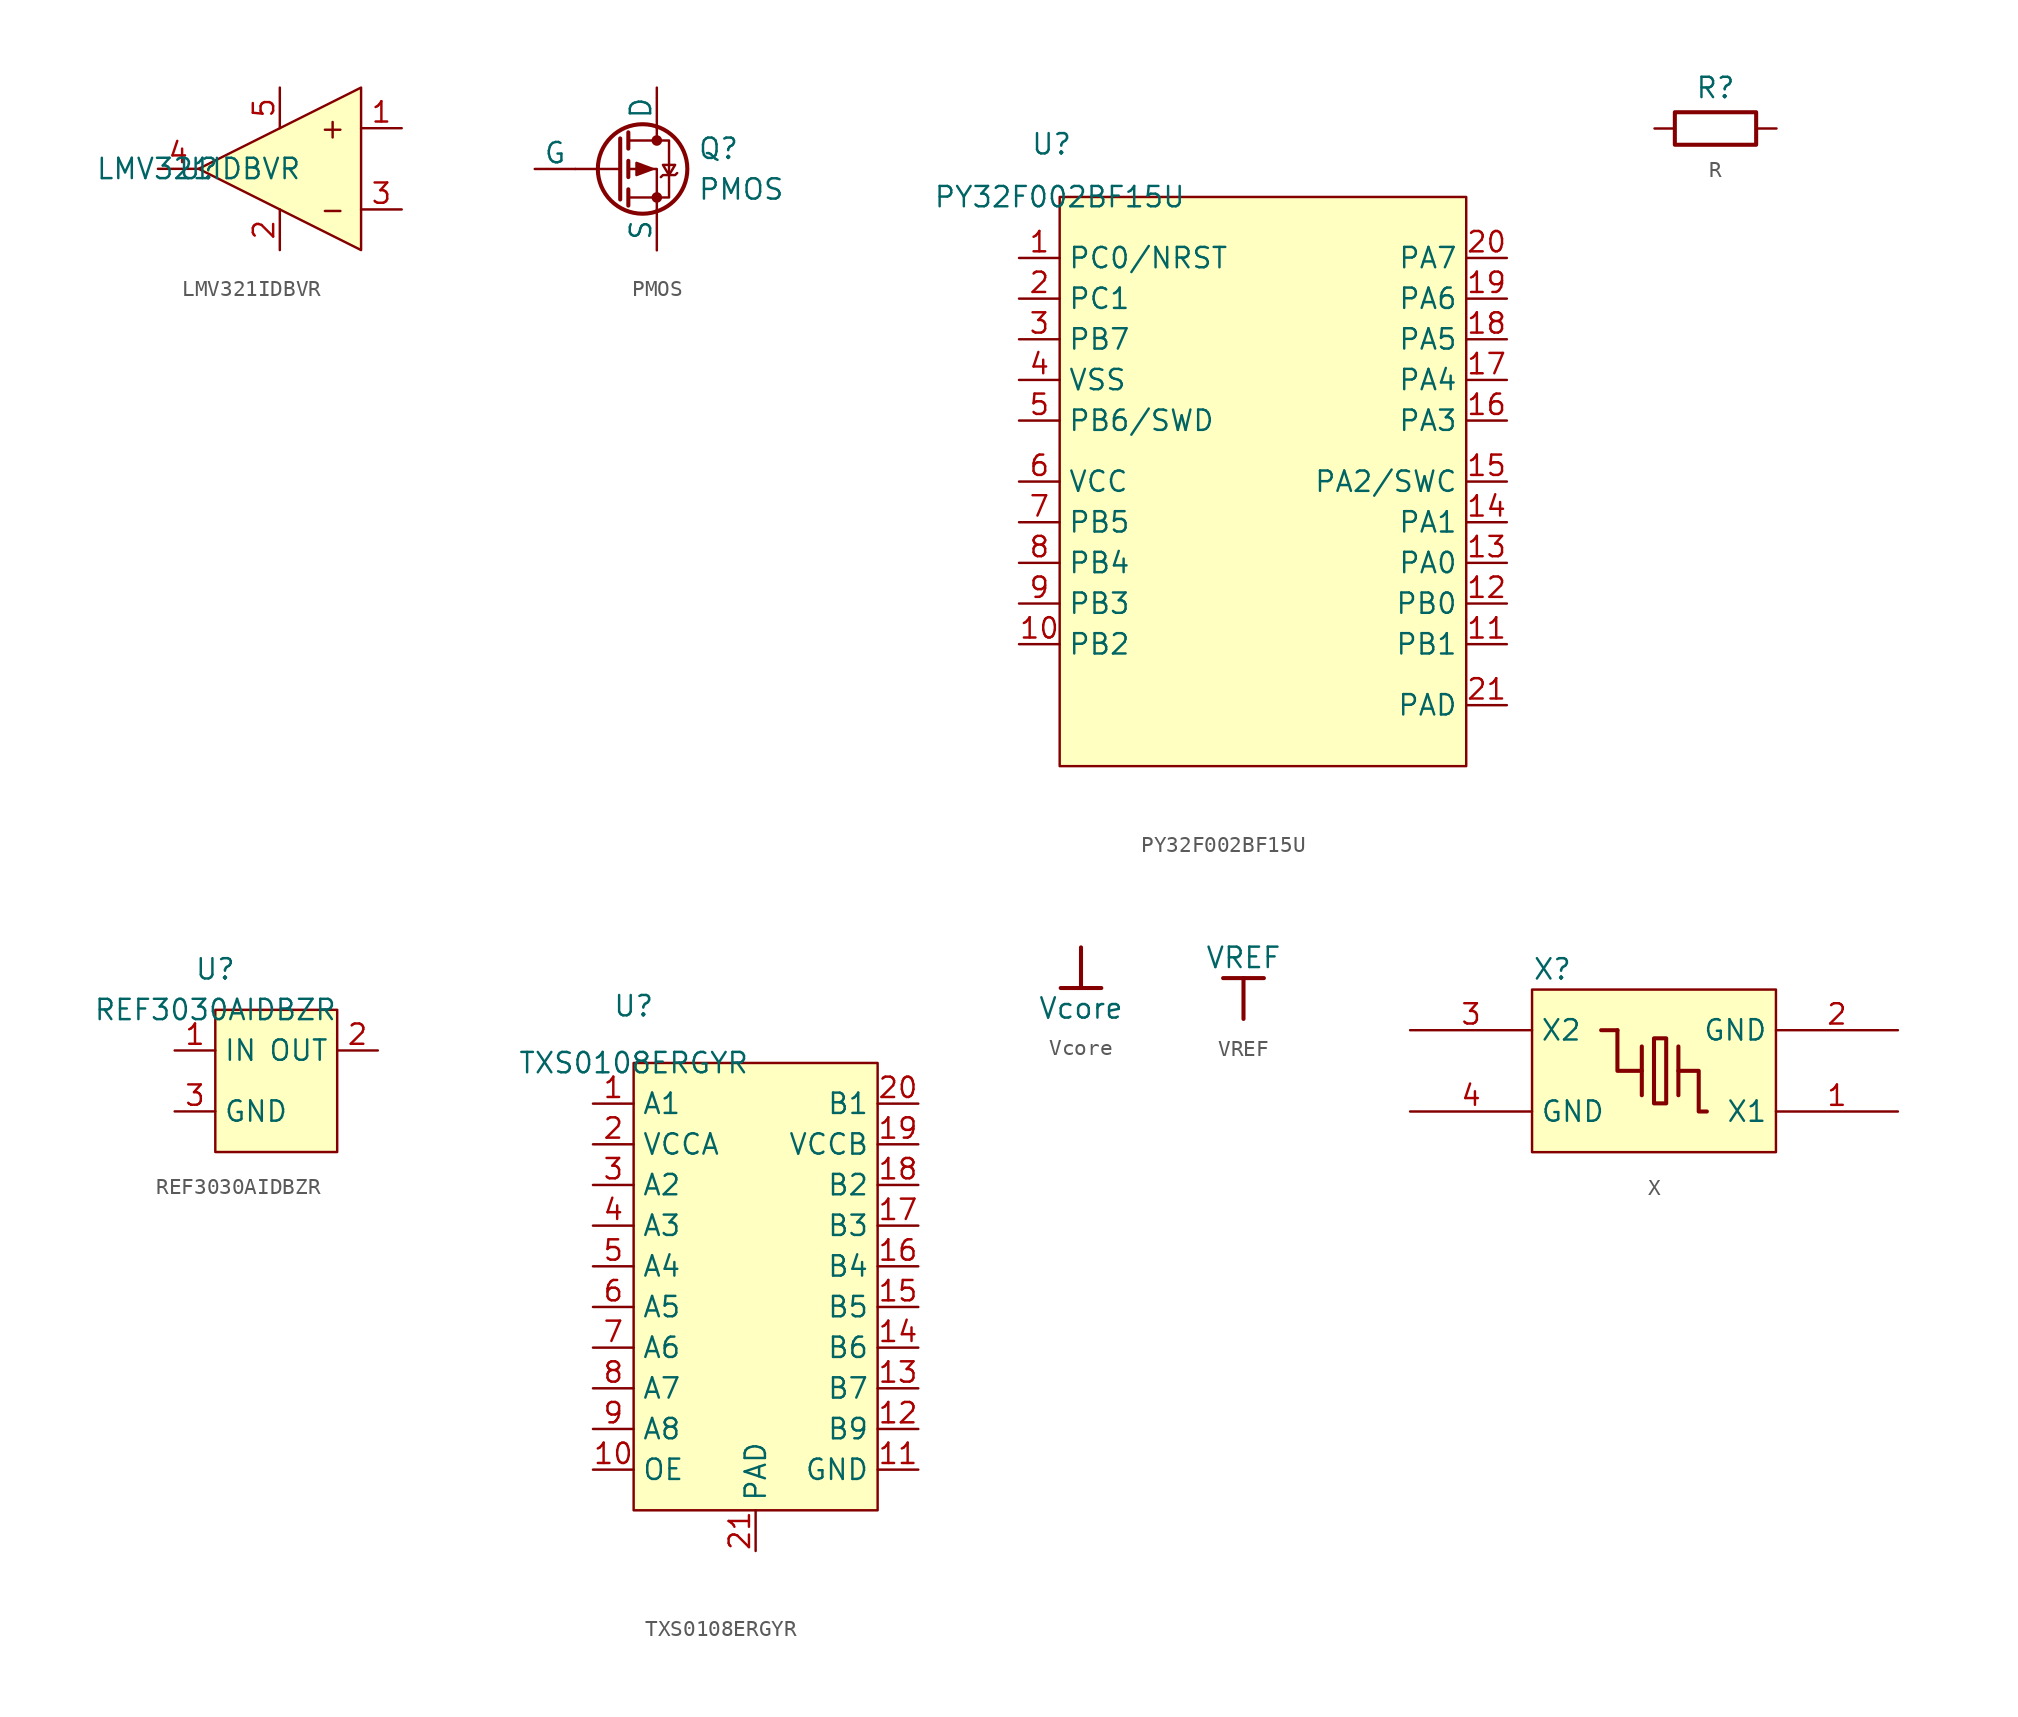
<source format=kicad_sym>
(kicad_symbol_lib
  (version 20241209)
  (generator "kicad_symbol_editor")
  (generator_version "9.0")
  (symbol "LMV321IDBVR"
    (pin_names
      (hide yes))
    (property "Reference" "U"
      (at 0 0 0)
      (effects (font (size 1.27 1.27))))
    (property "Value" "LMV321IDBVR"
      (at 0 0 0)
      (effects (font (size 1.27 1.27))))
    (symbol "LMV321IDBVR_1_1"
      (polyline (pts (xy 0 0) (xy 10.16 5.08) (xy 10.16 -5.08) (xy 0 0)) (stroke (width 0) (type solid)) (fill (type background)))
      (text "+" (at 8.382 2.54 0) (effects (font (size 1.27 1.27))))
      (text "-" (at 8.382 -2.54 0) (effects (font (size 1.27 1.27))))
      (pin passive line (at -2.54 0 0) (length 2.54) (name "OUTB" (effects (font (size 1.27 1.27)))) (number "4" (effects (font (size 1.27 1.27)))))
      (pin passive line (at 5.08 5.08 270) (length 2.54) (name "VCC" (effects (font (size 1.27 1.27)))) (number "5" (effects (font (size 1.27 1.27)))))
      (pin passive line (at 5.08 -5.08 90) (length 2.54) (name "GND" (effects (font (size 1.27 1.27)))) (number "2" (effects (font (size 1.27 1.27)))))
      (pin passive line (at 12.7 2.54 180) (length 2.54) (name "+IN" (effects (font (size 1.27 1.27)))) (number "1" (effects (font (size 1.27 1.27)))))
      (pin passive line (at 12.7 -2.54 180) (length 2.54) (name "-IN" (effects (font (size 1.27 1.27)))) (number "3" (effects (font (size 1.27 1.27)))))))
  (symbol "PMOS"
    (pin_numbers
      (hide yes))
    (pin_names
      (offset 0))
    (property "Reference" "Q"
      (at 5.08 1.27 0)
      (effects (font (size 1.27 1.27)) (justify left)))
    (property "Value" "PMOS"
      (at 5.08 -1.27 0)
      (effects (font (size 1.27 1.27)) (justify left)))
    (symbol "PMOS_0_1"
      (polyline (pts (xy 0.254 1.905) (xy 0.254 -1.905)) (stroke (width 0.254) (type default)) (fill (type none)))
      (polyline (pts (xy 0.254 0) (xy -2.54 0)) (stroke (width 0) (type default)) (fill (type none)))
      (polyline (pts (xy 0.762 2.286) (xy 0.762 1.27)) (stroke (width 0.254) (type default)) (fill (type none)))
      (polyline (pts (xy 0.762 1.778) (xy 3.302 1.778) (xy 3.302 -1.778) (xy 0.762 -1.778)) (stroke (width 0) (type default)) (fill (type none)))
      (polyline (pts (xy 0.762 0.508) (xy 0.762 -0.508)) (stroke (width 0.254) (type default)) (fill (type none)))
      (polyline (pts (xy 0.762 -1.27) (xy 0.762 -2.286)) (stroke (width 0.254) (type default)) (fill (type none)))
      (circle (center 1.651 0) (radius 2.794) (stroke (width 0.254) (type default)) (fill (type none)))
      (polyline (pts (xy 2.286 0) (xy 1.27 0.381) (xy 1.27 -0.381) (xy 2.286 0)) (stroke (width 0) (type default)) (fill (type outline)))
      (polyline (pts (xy 2.54 2.54) (xy 2.54 1.778)) (stroke (width 0) (type default)) (fill (type none)))
      (circle (center 2.54 1.778) (radius 0.254) (stroke (width 0) (type default)) (fill (type outline)))
      (circle (center 2.54 -1.778) (radius 0.254) (stroke (width 0) (type default)) (fill (type outline)))
      (polyline (pts (xy 2.54 -2.54) (xy 2.54 0) (xy 0.762 0)) (stroke (width 0) (type default)) (fill (type none)))
      (polyline (pts (xy 2.794 -0.508) (xy 2.921 -0.381) (xy 3.683 -0.381) (xy 3.81 -0.254)) (stroke (width 0) (type default)) (fill (type none)))
      (polyline (pts (xy 3.302 -0.381) (xy 2.921 0.254) (xy 3.683 0.254) (xy 3.302 -0.381)) (stroke (width 0) (type default)) (fill (type none))))
    (symbol "PMOS_1_1"
      (pin input line (at -5.08 0 0) (length 2.54) (name "G" (effects (font (size 1.27 1.27)))) (number "2" (effects (font (size 1.27 1.27)))))
      (pin passive line (at 2.54 5.08 270) (length 2.54) (name "D" (effects (font (size 1.27 1.27)))) (number "1" (effects (font (size 1.27 1.27)))))
      (pin passive line (at 2.54 -5.08 90) (length 2.54) (name "S" (effects (font (size 1.27 1.27)))) (number "3" (effects (font (size 1.27 1.27)))))))
  (symbol "PY32F002BF15U"
    (property "Reference" "U"
      (at -0.508 3.302 0)
      (effects (font (size 1.27 1.27))))
    (property "Value" "PY32F002BF15U"
      (at 0 0 0)
      (effects (font (size 1.27 1.27))))
    (symbol "PY32F002BF15U_0_0"
      (pin unspecified line (at -2.54 -3.81 0) (length 2.54) (name "PC0/NRST" (effects (font (size 1.27 1.27)))) (number "1" (effects (font (size 1.27 1.27)))))
      (pin unspecified line (at -2.54 -6.35 0) (length 2.54) (name "PC1" (effects (font (size 1.27 1.27)))) (number "2" (effects (font (size 1.27 1.27)))))
      (pin unspecified line (at -2.54 -8.89 0) (length 2.54) (name "PB7" (effects (font (size 1.27 1.27)))) (number "3" (effects (font (size 1.27 1.27)))))
      (pin unspecified line (at -2.54 -11.43 0) (length 2.54) (name "VSS" (effects (font (size 1.27 1.27)))) (number "4" (effects (font (size 1.27 1.27)))))
      (pin unspecified line (at -2.54 -13.97 0) (length 2.54) (name "PB6/SWD" (effects (font (size 1.27 1.27)))) (number "5" (effects (font (size 1.27 1.27)))))
      (pin power_in line (at -2.54 -17.78 0) (length 2.54) (name "VCC" (effects (font (size 1.27 1.27)))) (number "6" (effects (font (size 1.27 1.27)))))
      (pin unspecified line (at -2.54 -20.32 0) (length 2.54) (name "PB5" (effects (font (size 1.27 1.27)))) (number "7" (effects (font (size 1.27 1.27)))))
      (pin unspecified line (at -2.54 -22.86 0) (length 2.54) (name "PB4" (effects (font (size 1.27 1.27)))) (number "8" (effects (font (size 1.27 1.27)))))
      (pin unspecified line (at -2.54 -25.4 0) (length 2.54) (name "PB3" (effects (font (size 1.27 1.27)))) (number "9" (effects (font (size 1.27 1.27)))))
      (pin unspecified line (at -2.54 -27.94 0) (length 2.54) (name "PB2" (effects (font (size 1.27 1.27)))) (number "10" (effects (font (size 1.27 1.27)))))
      (pin unspecified line (at 27.94 -3.81 180) (length 2.54) (name "PA7" (effects (font (size 1.27 1.27)))) (number "20" (effects (font (size 1.27 1.27)))))
      (pin unspecified line (at 27.94 -6.35 180) (length 2.54) (name "PA6" (effects (font (size 1.27 1.27)))) (number "19" (effects (font (size 1.27 1.27)))))
      (pin unspecified line (at 27.94 -8.89 180) (length 2.54) (name "PA5" (effects (font (size 1.27 1.27)))) (number "18" (effects (font (size 1.27 1.27)))))
      (pin unspecified line (at 27.94 -11.43 180) (length 2.54) (name "PA4" (effects (font (size 1.27 1.27)))) (number "17" (effects (font (size 1.27 1.27)))))
      (pin unspecified line (at 27.94 -13.97 180) (length 2.54) (name "PA3" (effects (font (size 1.27 1.27)))) (number "16" (effects (font (size 1.27 1.27)))))
      (pin unspecified line (at 27.94 -17.78 180) (length 2.54) (name "PA2/SWC" (effects (font (size 1.27 1.27)))) (number "15" (effects (font (size 1.27 1.27)))))
      (pin unspecified line (at 27.94 -20.32 180) (length 2.54) (name "PA1" (effects (font (size 1.27 1.27)))) (number "14" (effects (font (size 1.27 1.27)))))
      (pin unspecified line (at 27.94 -22.86 180) (length 2.54) (name "PA0" (effects (font (size 1.27 1.27)))) (number "13" (effects (font (size 1.27 1.27)))))
      (pin unspecified line (at 27.94 -25.4 180) (length 2.54) (name "PB0" (effects (font (size 1.27 1.27)))) (number "12" (effects (font (size 1.27 1.27)))))
      (pin unspecified line (at 27.94 -27.94 180) (length 2.54) (name "PB1" (effects (font (size 1.27 1.27)))) (number "11" (effects (font (size 1.27 1.27)))))
      (pin power_in line (at 27.94 -31.75 180) (length 2.54) (name "PAD" (effects (font (size 1.27 1.27)))) (number "21" (effects (font (size 1.27 1.27))))))
    (symbol "PY32F002BF15U_1_1"
      (rectangle (start 0 0) (end 25.4 -35.56) (stroke (width 0) (type solid)) (fill (type background)))))
  (symbol "R"
    (pin_numbers
      (hide yes))
    (pin_names
      (hide yes))
    (property "Reference" "R"
      (at 0 2.54 0)
      (effects (font (size 1.27 1.27))))
    (property "Value" ""
      (at 0 0 0)
      (effects (font (size 1.27 1.27))))
    (symbol "R_0_1"
      (rectangle (start 2.54 -1.016) (end -2.54 1.016) (stroke (width 0.254) (type default)) (fill (type none))))
    (symbol "R_1_1"
      (pin passive line (at -3.81 0 0) (length 1.27) (name "~" (effects (font (size 1.27 1.27)))) (number "1" (effects (font (size 1.27 1.27)))))
      (pin passive line (at 3.81 0 180) (length 1.27) (name "~" (effects (font (size 1.27 1.27)))) (number "2" (effects (font (size 1.27 1.27)))))))
  (symbol "REF3030AIDBZR"
    (property "Reference" "U"
      (at 0 2.54 0)
      (effects (font (size 1.27 1.27))))
    (property "Value" "REF3030AIDBZR"
      (at 0 0 0)
      (effects (font (size 1.27 1.27))))
    (symbol "REF3030AIDBZR_0_0"
      (pin unspecified line (at -2.54 -2.54 0) (length 2.54) (name "IN" (effects (font (size 1.27 1.27)))) (number "1" (effects (font (size 1.27 1.27)))))
      (pin unspecified line (at 10.16 -2.54 180) (length 2.54) (name "OUT" (effects (font (size 1.27 1.27)))) (number "2" (effects (font (size 1.27 1.27))))))
    (symbol "REF3030AIDBZR_1_0"
      (pin power_in line (at -2.54 -6.35 0) (length 2.54) (name "GND" (effects (font (size 1.27 1.27)))) (number "3" (effects (font (size 1.27 1.27))))))
    (symbol "REF3030AIDBZR_1_1"
      (rectangle (start 0 0) (end 7.62 -8.89) (stroke (width 0) (type solid)) (fill (type background)))))
  (symbol "TXS0108ERGYR"
    (property "Reference" "U"
      (at 0 3.556 0)
      (effects (font (size 1.27 1.27))))
    (property "Value" "TXS0108ERGYR"
      (at 0 0 0)
      (effects (font (size 1.27 1.27))))
    (symbol "TXS0108ERGYR_0_0"
      (pin bidirectional line (at -2.54 -2.54 0) (length 2.54) (name "A1" (effects (font (size 1.27 1.27)))) (number "1" (effects (font (size 1.27 1.27)))))
      (pin power_in line (at -2.54 -5.08 0) (length 2.54) (name "VCCA" (effects (font (size 1.27 1.27)))) (number "2" (effects (font (size 1.27 1.27)))))
      (pin bidirectional line (at -2.54 -7.62 0) (length 2.54) (name "A2" (effects (font (size 1.27 1.27)))) (number "3" (effects (font (size 1.27 1.27)))))
      (pin bidirectional line (at -2.54 -10.16 0) (length 2.54) (name "A3" (effects (font (size 1.27 1.27)))) (number "4" (effects (font (size 1.27 1.27)))))
      (pin bidirectional line (at -2.54 -12.7 0) (length 2.54) (name "A4" (effects (font (size 1.27 1.27)))) (number "5" (effects (font (size 1.27 1.27)))))
      (pin bidirectional line (at -2.54 -15.24 0) (length 2.54) (name "A5" (effects (font (size 1.27 1.27)))) (number "6" (effects (font (size 1.27 1.27)))))
      (pin bidirectional line (at -2.54 -17.78 0) (length 2.54) (name "A6" (effects (font (size 1.27 1.27)))) (number "7" (effects (font (size 1.27 1.27)))))
      (pin bidirectional line (at -2.54 -20.32 0) (length 2.54) (name "A7" (effects (font (size 1.27 1.27)))) (number "8" (effects (font (size 1.27 1.27)))))
      (pin bidirectional line (at -2.54 -22.86 0) (length 2.54) (name "A8" (effects (font (size 1.27 1.27)))) (number "9" (effects (font (size 1.27 1.27)))))
      (pin power_in line (at -2.54 -25.4 0) (length 2.54) (name "OE" (effects (font (size 1.27 1.27)))) (number "10" (effects (font (size 1.27 1.27)))))
      (pin bidirectional line (at 17.78 -2.54 180) (length 2.54) (name "B1" (effects (font (size 1.27 1.27)))) (number "20" (effects (font (size 1.27 1.27)))))
      (pin power_in line (at 17.78 -5.08 180) (length 2.54) (name "VCCB" (effects (font (size 1.27 1.27)))) (number "19" (effects (font (size 1.27 1.27)))))
      (pin bidirectional line (at 17.78 -7.62 180) (length 2.54) (name "B2" (effects (font (size 1.27 1.27)))) (number "18" (effects (font (size 1.27 1.27)))))
      (pin bidirectional line (at 17.78 -10.16 180) (length 2.54) (name "B3" (effects (font (size 1.27 1.27)))) (number "17" (effects (font (size 1.27 1.27)))))
      (pin bidirectional line (at 17.78 -12.7 180) (length 2.54) (name "B4" (effects (font (size 1.27 1.27)))) (number "16" (effects (font (size 1.27 1.27)))))
      (pin bidirectional line (at 17.78 -15.24 180) (length 2.54) (name "B5" (effects (font (size 1.27 1.27)))) (number "15" (effects (font (size 1.27 1.27)))))
      (pin bidirectional line (at 17.78 -17.78 180) (length 2.54) (name "B6" (effects (font (size 1.27 1.27)))) (number "14" (effects (font (size 1.27 1.27)))))
      (pin bidirectional line (at 17.78 -20.32 180) (length 2.54) (name "B7" (effects (font (size 1.27 1.27)))) (number "13" (effects (font (size 1.27 1.27)))))
      (pin bidirectional line (at 17.78 -22.86 180) (length 2.54) (name "B9" (effects (font (size 1.27 1.27)))) (number "12" (effects (font (size 1.27 1.27)))))
      (pin power_in line (at 17.78 -25.4 180) (length 2.54) (name "GND" (effects (font (size 1.27 1.27)))) (number "11" (effects (font (size 1.27 1.27))))))
    (symbol "TXS0108ERGYR_1_0"
      (pin unspecified line (at 7.62 -30.48 90) (length 2.54) (name "PAD" (effects (font (size 1.27 1.27)))) (number "21" (effects (font (size 1.27 1.27))))))
    (symbol "TXS0108ERGYR_1_1"
      (rectangle (start 0 0) (end 15.24 -27.94) (stroke (width 0) (type solid)) (fill (type background)))))
  (symbol "Vcore"
    (power)
    (property "Reference" "#PWR053"
      (at -1.27 -2.54 0)
      (effects (font (size 1.27 1.27)) (hide yes)))
    (property "Value" "Vcore"
      (at 0 -2.54 0)
      (effects (font (size 1.27 1.27))))
    (symbol "Vcore_0_0"
      (polyline (pts (xy -1.27 -1.27) (xy 1.27 -1.27)) (stroke (width 0.254) (type default)) (fill (type none)))
      (polyline (pts (xy 0 1.27) (xy 0 -1.27)) (stroke (width 0.254) (type default)) (fill (type none)))
      (pin power_in line (at 0 1.27 0) (length 0) (hide yes) (name "Vcore" (effects (font (size 1.27 1.27)))) (number "" (effects (font (size 1.27 1.27)))))))
  (symbol "VREF"
    (power)
    (property "Reference" "#PWR054"
      (at -3.81 -5.08 0)
      (effects (font (size 1.27 1.27)) (hide yes)))
    (property "Value" "VREF"
      (at 0 3.81 0)
      (effects (font (size 1.27 1.27))))
    (symbol "VREF_1_1"
      (polyline (pts (xy 0 2.54) (xy 0 0)) (stroke (width 0.254) (type default)) (fill (type none)))
      (polyline (pts (xy 1.27 2.54) (xy -1.27 2.54)) (stroke (width 0.254) (type default)) (fill (type none)))
      (pin power_in line (at 0 0 90) (length 2.54) (hide yes) (name "VREF" (effects (font (size 1.27 1.27)))) (number "" (effects (font (size 1.27 1.27)))) (alternate "VREF" power_in line))))
  (symbol "X"
    (property "Reference" "X"
      (at -6.35 6.35 0)
      (effects (font (size 1.27 1.27))))
    (property "Value" ""
      (at 0 0 0)
      (effects (font (size 1.27 1.27))))
    (symbol "X_1_0"
      (polyline (pts (xy -2.286 2.54) (xy -3.302 2.54)) (stroke (width 0.254) (type default)) (fill (type none)))
      (polyline (pts (xy -0.762 0) (xy -2.286 0) (xy -2.286 2.54)) (stroke (width 0.254) (type default)) (fill (type none)))
      (polyline (pts (xy -0.762 -1.524) (xy -0.762 1.524)) (stroke (width 0.254) (type default)) (fill (type none)))
      (polyline (pts (xy 0 -2.032) (xy 0.762 -2.032) (xy 0.762 2.032) (xy 0 2.032) (xy 0 -2.032)) (stroke (width 0.254) (type default)) (fill (type none)))
      (polyline (pts (xy 1.524 0) (xy 2.794 0) (xy 2.794 -2.54) (xy 3.302 -2.54)) (stroke (width 0.254) (type default)) (fill (type none)))
      (polyline (pts (xy 1.524 -1.524) (xy 1.524 1.524)) (stroke (width 0.254) (type default)) (fill (type none)))
      (rectangle (start 7.62 5.08) (end -7.62 -5.08) (stroke (width 0) (type default)) (fill (type background)))
      (pin passive line (at -15.24 2.54 0) (length 7.62) (name "X2" (effects (font (size 1.27 1.27)))) (number "3" (effects (font (size 1.27 1.27)))))
      (pin passive line (at -15.24 -2.54 0) (length 7.62) (name "GND" (effects (font (size 1.27 1.27)))) (number "4" (effects (font (size 1.27 1.27)))))
      (pin passive line (at 15.24 2.54 180) (length 7.62) (name "GND" (effects (font (size 1.27 1.27)))) (number "2" (effects (font (size 1.27 1.27)))))
      (pin passive line (at 15.24 -2.54 180) (length 7.62) (name "X1" (effects (font (size 1.27 1.27)))) (number "1" (effects (font (size 1.27 1.27))))))))
</source>
